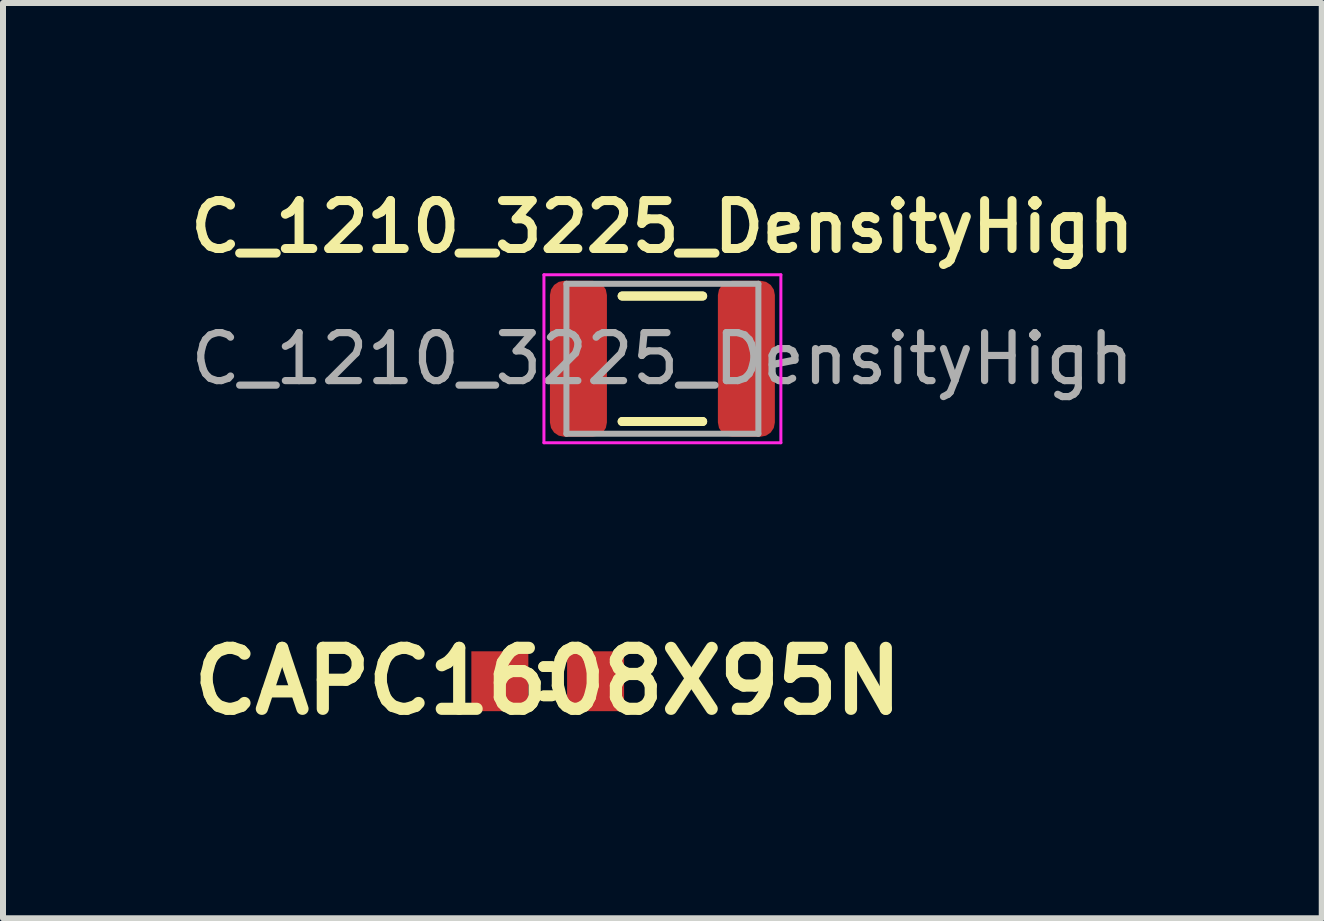
<source format=kicad_pcb>
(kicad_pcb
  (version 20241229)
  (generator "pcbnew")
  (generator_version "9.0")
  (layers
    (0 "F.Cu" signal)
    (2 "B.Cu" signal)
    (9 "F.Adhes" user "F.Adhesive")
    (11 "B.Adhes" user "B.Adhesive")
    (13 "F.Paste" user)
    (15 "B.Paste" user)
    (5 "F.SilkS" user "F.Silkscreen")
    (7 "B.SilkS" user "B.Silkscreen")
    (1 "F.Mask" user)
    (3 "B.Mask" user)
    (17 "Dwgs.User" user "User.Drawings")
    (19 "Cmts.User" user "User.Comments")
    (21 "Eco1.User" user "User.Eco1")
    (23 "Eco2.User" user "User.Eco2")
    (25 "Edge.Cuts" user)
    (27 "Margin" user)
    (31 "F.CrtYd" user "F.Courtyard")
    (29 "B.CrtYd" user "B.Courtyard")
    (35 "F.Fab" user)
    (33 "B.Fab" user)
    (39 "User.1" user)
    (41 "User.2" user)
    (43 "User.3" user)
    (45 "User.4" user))
  (footprint "C_1210_3225_DensityHigh"
    (layer "F.Cu")
    (at 7.993 2.931)
    (property "Reference" "C_1210_3225_DensityHigh" (at 0 -2.2 0) (layer "F.SilkS") (effects (font (size 0.8 0.8) (thickness 0.15))))
    (attr smd)
    (fp_line (start -0.671 -1.046) (end 0.671 -1.046) (stroke (width 0.15) (type solid)) (layer "F.SilkS"))
    (fp_line (start -0.671 1.046) (end 0.671 1.046) (stroke (width 0.15) (type solid)) (layer "F.SilkS"))
    (fp_line (start 0.671 -1.046) (end -0.671 -1.046) (stroke (width 0.15) (type solid)) (layer "F.SilkS"))
    (fp_line (start 0.671 1.046) (end -0.671 1.046) (stroke (width 0.15) (type solid)) (layer "F.SilkS"))
    (fp_line (start -1.975 -1.4) (end 1.975 -1.4) (stroke (width 0.05) (type solid)) (layer "F.CrtYd"))
    (fp_line (start -1.975 1.4) (end -1.975 -1.4) (stroke (width 0.05) (type solid)) (layer "F.CrtYd"))
    (fp_line (start 1.975 -1.4) (end 1.975 1.4) (stroke (width 0.05) (type solid)) (layer "F.CrtYd"))
    (fp_line (start 1.975 1.4) (end -1.975 1.4) (stroke (width 0.05) (type solid)) (layer "F.CrtYd"))
    (fp_line (start -1.6 -1.25) (end 1.6 -1.25) (stroke (width 0.1) (type solid)) (layer "F.Fab"))
    (fp_line (start -1.6 1.25) (end -1.6 -1.25) (stroke (width 0.1) (type solid)) (layer "F.Fab"))
    (fp_line (start 1.6 -1.25) (end 1.6 1.25) (stroke (width 0.1) (type solid)) (layer "F.Fab"))
    (fp_line (start 1.6 1.25) (end -1.6 1.25) (stroke (width 0.1) (type solid)) (layer "F.Fab"))
    (fp_text user "${REFERENCE}" (at 0 0 0) (layer "F.Fab") (effects (font (size 0.8 0.8) (thickness 0.12))))
    (pad "1" smd roundrect (at -1.4 0) (size 0.95 2.6) (layers "F.Cu" "F.Mask" "F.Paste") (roundrect_rratio 0.25))
    (pad "2" smd roundrect (at 1.4 0) (size 0.95 2.6) (layers "F.Cu" "F.Mask" "F.Paste") (roundrect_rratio 0.25)))
  (footprint "CAPC1608X95N"
    (layer "F.Cu")
    (at 6.081 8.307)
    (property "Reference" "CAPC1608X95N" (at 0 0 0) (layer "F.SilkS") (effects (font (size 1.016 1.016) (thickness 0.203))))
    (attr smd)
    (fp_line (start -0.069 -0.244) (end 0.069 -0.244) (stroke (width 0.178) (type solid)) (layer "F.SilkS"))
    (fp_line (start -0.069 0.244) (end 0.069 0.244) (stroke (width 0.178) (type solid)) (layer "F.SilkS"))
    (fp_line (start 0.069 -0.244) (end -0.069 -0.244) (stroke (width 0.178) (type solid)) (layer "F.SilkS"))
    (fp_line (start 0.069 0.244) (end -0.069 0.244) (stroke (width 0.178) (type solid)) (layer "F.SilkS"))
    (pad "1" smd rect (at -0.798 0) (size 0.95 0.998) (layers "F.Cu" "F.Mask" "F.Paste"))
    (pad "2" smd rect (at 0.798 0) (size 0.95 0.998) (layers "F.Cu" "F.Mask" "F.Paste")))
  (gr_rect
    (start -3 -3)
    (end 18.985 12.258)
    (stroke (width 0.1) (type default))
    (fill no)
    (layer "Edge.Cuts")))
</source>
